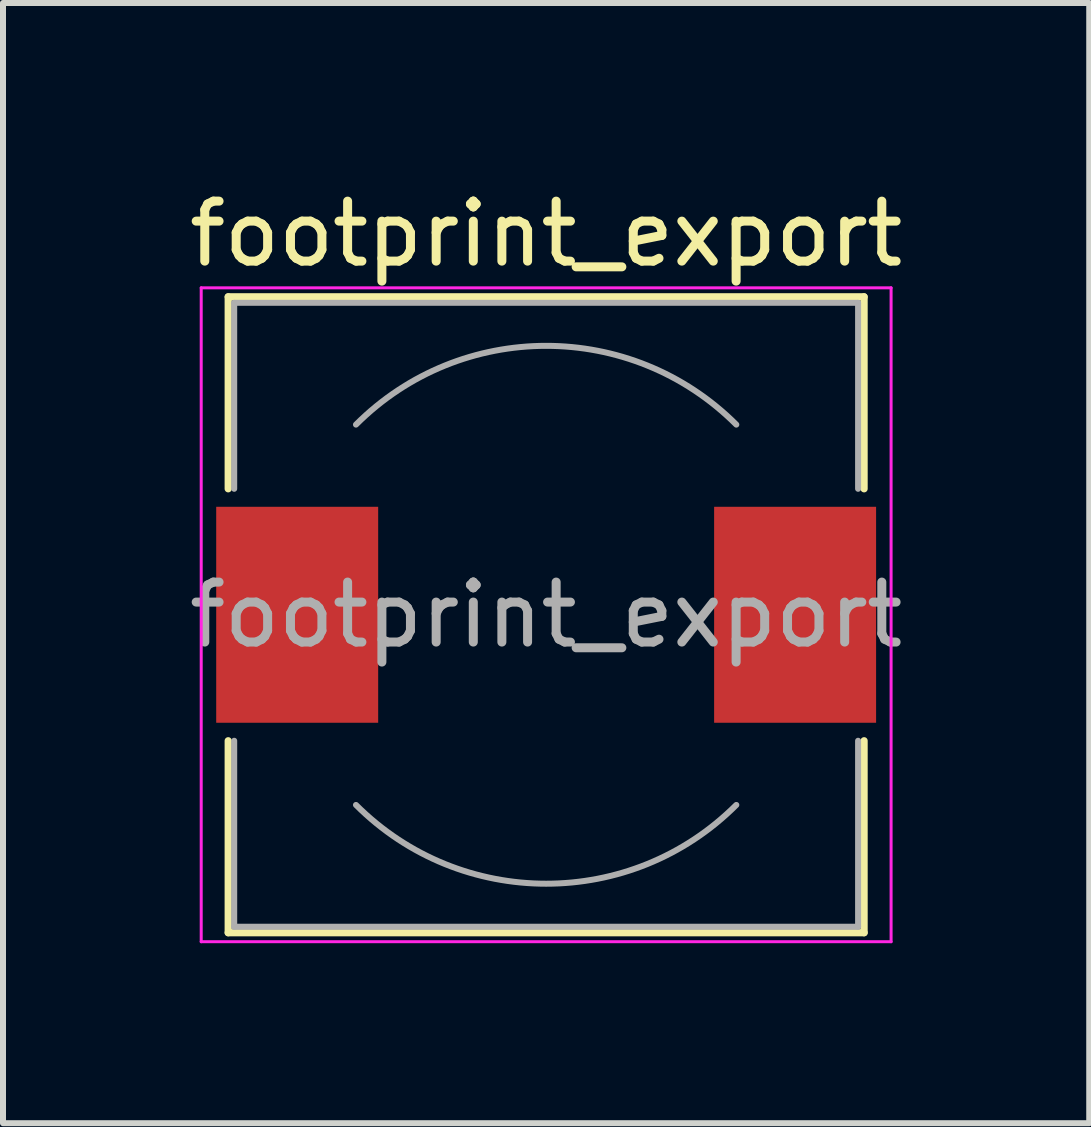
<source format=kicad_pcb>
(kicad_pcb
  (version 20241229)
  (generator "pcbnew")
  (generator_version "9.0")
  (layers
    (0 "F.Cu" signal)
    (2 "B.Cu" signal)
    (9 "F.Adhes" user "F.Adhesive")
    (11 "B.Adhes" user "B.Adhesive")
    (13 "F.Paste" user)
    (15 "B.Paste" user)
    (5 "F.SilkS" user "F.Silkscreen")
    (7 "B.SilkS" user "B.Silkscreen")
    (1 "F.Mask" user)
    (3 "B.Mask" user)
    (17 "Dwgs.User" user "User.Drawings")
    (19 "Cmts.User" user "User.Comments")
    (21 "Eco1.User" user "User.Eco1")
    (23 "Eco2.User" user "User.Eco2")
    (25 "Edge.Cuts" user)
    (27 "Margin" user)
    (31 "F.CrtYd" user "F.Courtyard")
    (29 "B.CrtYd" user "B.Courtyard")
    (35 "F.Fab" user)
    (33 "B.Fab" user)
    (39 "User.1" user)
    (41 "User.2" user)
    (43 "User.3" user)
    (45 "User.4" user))
  (footprint "footprint_export"
    (layer "F.Cu")
    (at 6.054 7.198)
    (property "Reference" "footprint_export" (at 0 -6.35 0) (layer "F.SilkS") (effects (font (size 1 1) (thickness 0.15))))
    (attr smd)
    (fp_line (start -5.3 -5.3) (end 5.3 -5.3) (stroke (width 0.12) (type solid)) (layer "F.SilkS"))
    (fp_line (start -5.3 -2.1) (end -5.3 -5.3) (stroke (width 0.12) (type solid)) (layer "F.SilkS"))
    (fp_line (start -5.3 5.3) (end -5.3 2.1) (stroke (width 0.12) (type solid)) (layer "F.SilkS"))
    (fp_line (start 5.3 -5.3) (end 5.3 -2.1) (stroke (width 0.12) (type solid)) (layer "F.SilkS"))
    (fp_line (start 5.3 2.1) (end 5.3 5.3) (stroke (width 0.12) (type solid)) (layer "F.SilkS"))
    (fp_line (start 5.3 5.3) (end -5.3 5.3) (stroke (width 0.12) (type solid)) (layer "F.SilkS"))
    (fp_line (start -5.75 -5.45) (end -5.75 5.45) (stroke (width 0.05) (type solid)) (layer "F.CrtYd"))
    (fp_line (start -5.75 5.45) (end 5.75 5.45) (stroke (width 0.05) (type solid)) (layer "F.CrtYd"))
    (fp_line (start 5.75 -5.45) (end -5.75 -5.45) (stroke (width 0.05) (type solid)) (layer "F.CrtYd"))
    (fp_line (start 5.75 5.45) (end 5.75 -5.45) (stroke (width 0.05) (type solid)) (layer "F.CrtYd"))
    (fp_line (start -5.2 -5.2) (end -5.2 -2.1) (stroke (width 0.1) (type solid)) (layer "F.Fab"))
    (fp_line (start -5.2 -5.2) (end 5.2 -5.2) (stroke (width 0.1) (type solid)) (layer "F.Fab"))
    (fp_line (start -5.2 5.2) (end -5.2 2.1) (stroke (width 0.1) (type solid)) (layer "F.Fab"))
    (fp_line (start -5.2 5.2) (end 5.2 5.2) (stroke (width 0.1) (type solid)) (layer "F.Fab"))
    (fp_line (start 5.2 -5.2) (end 5.2 -2.1) (stroke (width 0.1) (type solid)) (layer "F.Fab"))
    (fp_line (start 5.2 5.2) (end 5.2 2.1) (stroke (width 0.1) (type solid)) (layer "F.Fab"))
    (fp_arc (start -3.17 -3.17) (mid 0 -4.483057) (end 3.17 -3.17) (stroke (width 0.1) (type solid)) (layer "F.Fab"))
    (fp_arc (start 3.17 3.17) (mid 0 4.483057) (end -3.17 3.17) (stroke (width 0.1) (type solid)) (layer "F.Fab"))
    (fp_text user "${REFERENCE}" (at 0 0 0) (layer "F.Fab") (effects (font (size 1 1) (thickness 0.15))))
    (pad "1" smd rect (at -4.15 0) (size 2.7 3.6) (layers "F.Cu" "F.Mask" "F.Paste"))
    (pad "2" smd rect (at 4.15 0) (size 2.7 3.6) (layers "F.Cu" "F.Mask" "F.Paste")))
  (gr_rect
    (start -3 -3)
    (end 15.107 15.673)
    (stroke (width 0.1) (type default))
    (fill no)
    (layer "Edge.Cuts")))
</source>
